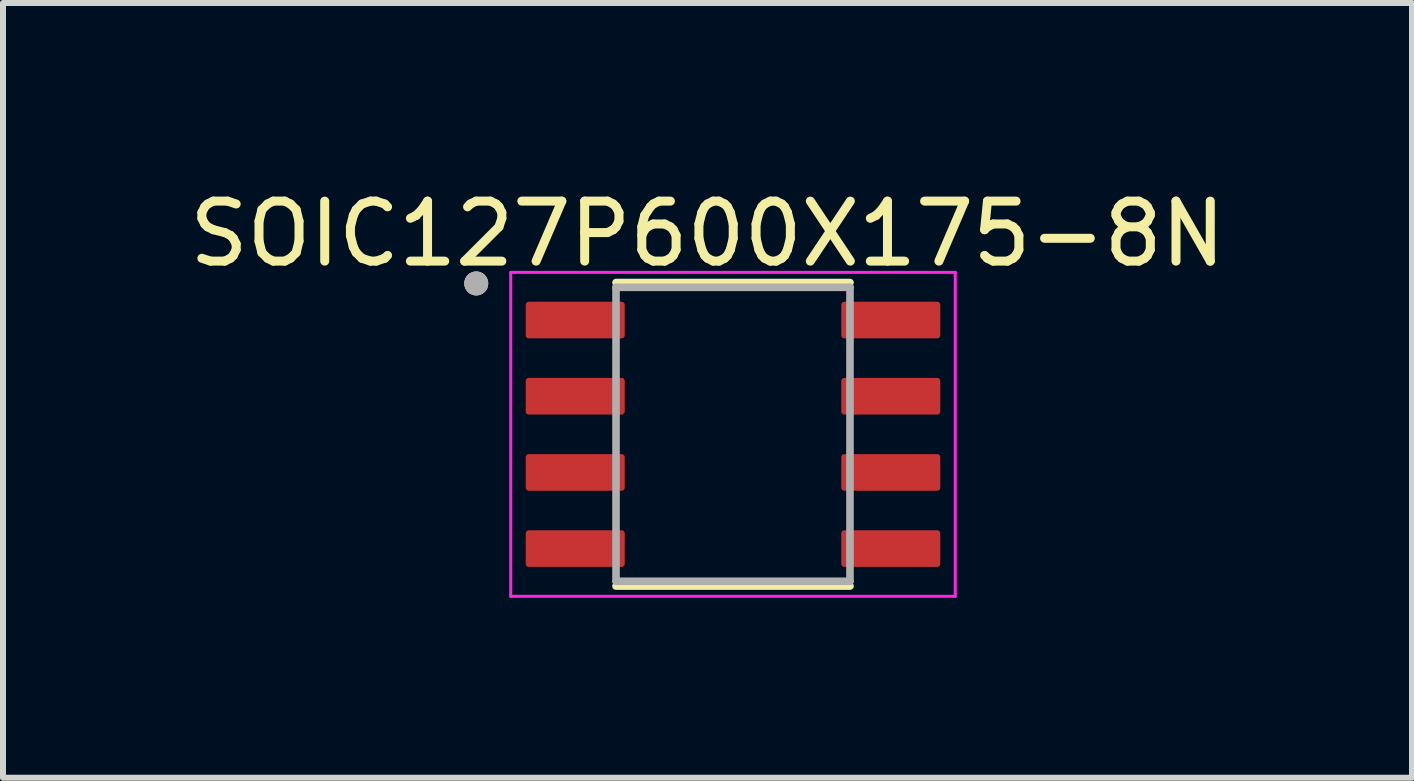
<source format=kicad_pcb>
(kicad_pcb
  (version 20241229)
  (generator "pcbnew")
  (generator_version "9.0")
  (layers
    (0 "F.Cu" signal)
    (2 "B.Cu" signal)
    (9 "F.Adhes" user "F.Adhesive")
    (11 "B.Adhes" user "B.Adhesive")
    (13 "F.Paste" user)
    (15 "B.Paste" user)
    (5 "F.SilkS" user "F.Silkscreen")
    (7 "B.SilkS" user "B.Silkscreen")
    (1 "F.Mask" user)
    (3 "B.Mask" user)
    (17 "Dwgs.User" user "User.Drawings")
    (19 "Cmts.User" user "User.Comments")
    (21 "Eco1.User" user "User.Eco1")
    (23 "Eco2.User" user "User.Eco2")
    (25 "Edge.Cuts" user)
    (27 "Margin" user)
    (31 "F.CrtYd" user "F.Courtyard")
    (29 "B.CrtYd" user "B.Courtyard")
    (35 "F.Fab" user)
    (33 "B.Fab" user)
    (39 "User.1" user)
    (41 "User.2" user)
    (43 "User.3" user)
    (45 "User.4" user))
  (footprint "SOIC127P600X175-8N"
    (layer "F.Cu")
    (at 9.169 4.19)
    (property "Reference" "SOIC127P600X175-8N" (at -0.425 -3.342 0) (layer "F.SilkS") (effects (font (size 1 1) (thickness 0.15))))
    (attr smd)
    (fp_line (start -1.95 -2.53) (end 1.95 -2.53) (stroke (width 0.127) (type solid)) (layer "F.SilkS"))
    (fp_line (start -1.95 2.53) (end 1.95 2.53) (stroke (width 0.127) (type solid)) (layer "F.SilkS"))
    (fp_circle (center -4.28 -2.515) (end -4.18 -2.515) (stroke (width 0.2) (type solid)) (fill no) (layer "F.SilkS"))
    (fp_line (start -3.705 -2.7) (end -3.705 2.7) (stroke (width 0.05) (type solid)) (layer "F.CrtYd"))
    (fp_line (start -3.705 -2.7) (end 3.705 -2.7) (stroke (width 0.05) (type solid)) (layer "F.CrtYd"))
    (fp_line (start -3.705 2.7) (end 3.705 2.7) (stroke (width 0.05) (type solid)) (layer "F.CrtYd"))
    (fp_line (start 3.705 -2.7) (end 3.705 2.7) (stroke (width 0.05) (type solid)) (layer "F.CrtYd"))
    (fp_line (start -1.95 -2.45) (end -1.95 2.45) (stroke (width 0.127) (type solid)) (layer "F.Fab"))
    (fp_line (start -1.95 -2.45) (end 1.95 -2.45) (stroke (width 0.127) (type solid)) (layer "F.Fab"))
    (fp_line (start -1.95 2.45) (end 1.95 2.45) (stroke (width 0.127) (type solid)) (layer "F.Fab"))
    (fp_line (start 1.95 -2.45) (end 1.95 2.45) (stroke (width 0.127) (type solid)) (layer "F.Fab"))
    (fp_circle (center -4.28 -2.515) (end -4.18 -2.515) (stroke (width 0.2) (type solid)) (fill no) (layer "F.Fab"))
    (pad "1" smd roundrect (at -2.63 -1.905) (size 1.65 0.61) (layers "F.Cu" "F.Mask" "F.Paste") (roundrect_rratio 0.08))
    (pad "2" smd roundrect (at -2.63 -0.635) (size 1.65 0.61) (layers "F.Cu" "F.Mask" "F.Paste") (roundrect_rratio 0.08))
    (pad "3" smd roundrect (at -2.63 0.635) (size 1.65 0.61) (layers "F.Cu" "F.Mask" "F.Paste") (roundrect_rratio 0.08))
    (pad "4" smd roundrect (at -2.63 1.905) (size 1.65 0.61) (layers "F.Cu" "F.Mask" "F.Paste") (roundrect_rratio 0.08))
    (pad "5" smd roundrect (at 2.63 1.905) (size 1.65 0.61) (layers "F.Cu" "F.Mask" "F.Paste") (roundrect_rratio 0.08))
    (pad "6" smd roundrect (at 2.63 0.635) (size 1.65 0.61) (layers "F.Cu" "F.Mask" "F.Paste") (roundrect_rratio 0.08))
    (pad "7" smd roundrect (at 2.63 -0.635) (size 1.65 0.61) (layers "F.Cu" "F.Mask" "F.Paste") (roundrect_rratio 0.08))
    (pad "8" smd roundrect (at 2.63 -1.905) (size 1.65 0.61) (layers "F.Cu" "F.Mask" "F.Paste") (roundrect_rratio 0.08)))
  (gr_rect
    (start -3 -3)
    (end 20.488 9.915)
    (stroke (width 0.1) (type default))
    (fill no)
    (layer "Edge.Cuts")))
</source>
